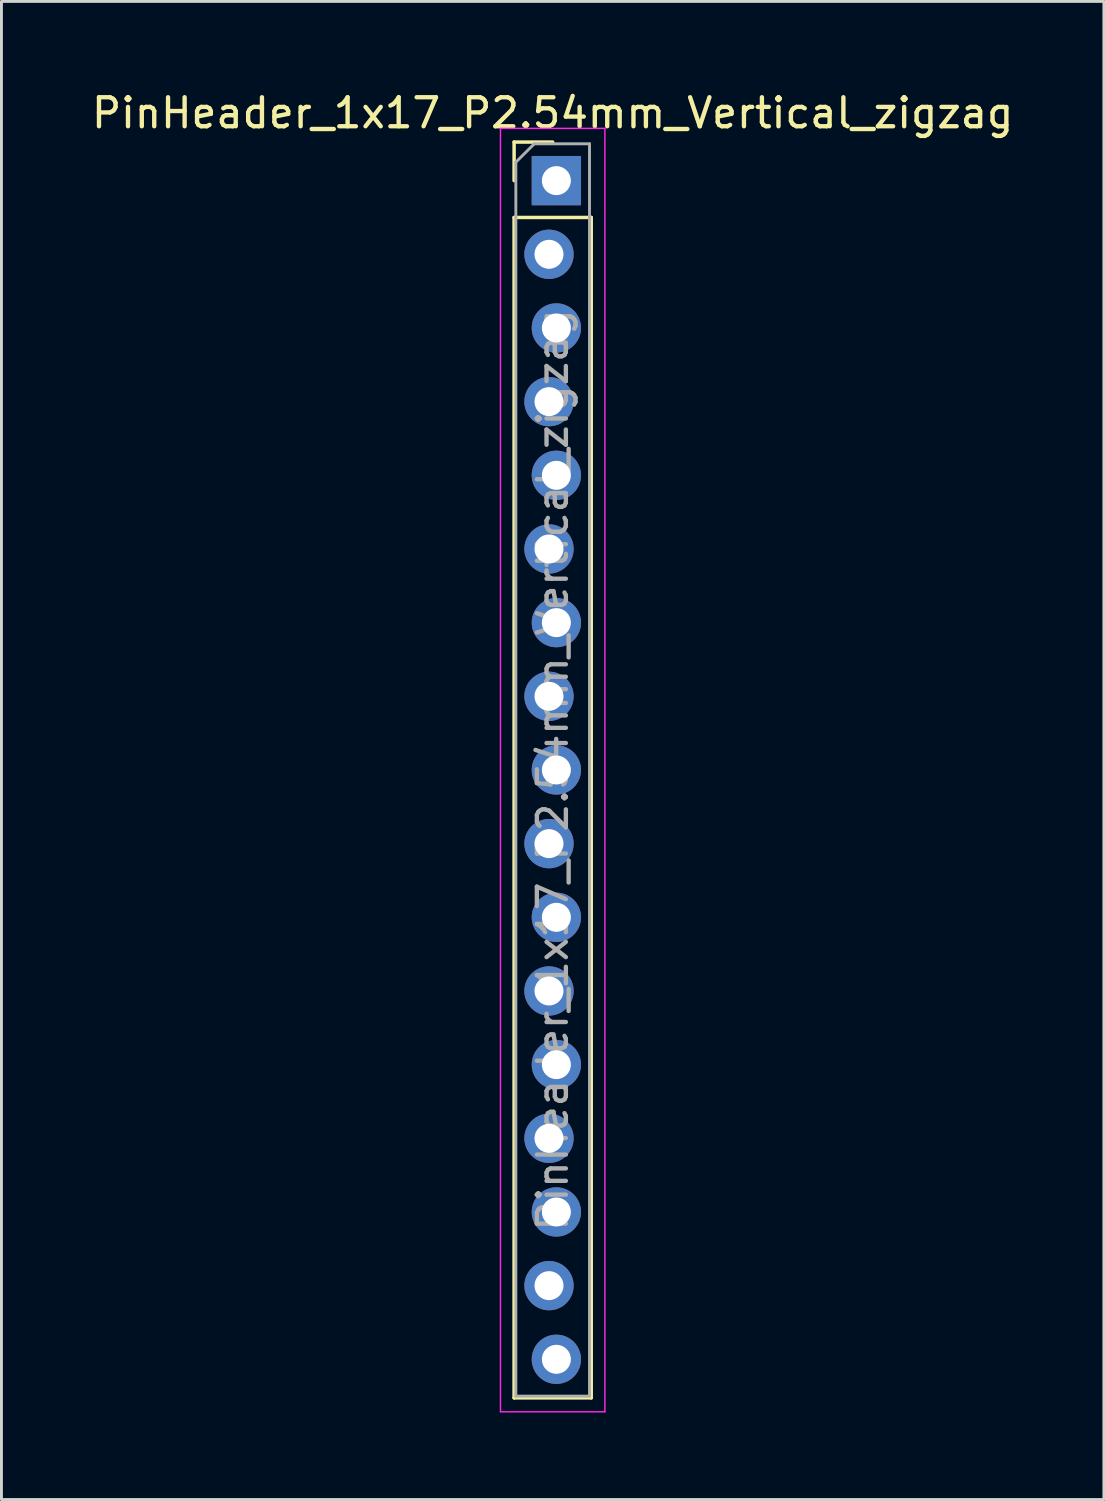
<source format=kicad_pcb>
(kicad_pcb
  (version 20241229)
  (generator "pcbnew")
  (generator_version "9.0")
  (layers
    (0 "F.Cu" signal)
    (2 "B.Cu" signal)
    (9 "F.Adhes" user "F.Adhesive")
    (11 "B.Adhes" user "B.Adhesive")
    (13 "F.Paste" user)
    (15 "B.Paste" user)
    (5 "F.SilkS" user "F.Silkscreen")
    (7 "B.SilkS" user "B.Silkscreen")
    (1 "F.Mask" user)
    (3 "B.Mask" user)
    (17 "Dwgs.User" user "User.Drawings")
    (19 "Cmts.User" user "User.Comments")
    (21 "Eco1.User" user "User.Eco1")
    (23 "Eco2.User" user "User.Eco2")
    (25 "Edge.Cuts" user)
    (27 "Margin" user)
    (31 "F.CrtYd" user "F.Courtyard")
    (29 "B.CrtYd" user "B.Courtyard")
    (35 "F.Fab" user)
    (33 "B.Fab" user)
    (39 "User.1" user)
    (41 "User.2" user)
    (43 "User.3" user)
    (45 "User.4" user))
  (footprint "PinHeader_1x17_P2.54mm_Vertical_zigzag"
    (layer "F.Cu")
    (at 16.006 3.178)
    (property "Reference" "PinHeader_1x17_P2.54mm_Vertical_zigzag" (at 0 -2.33 0) (layer "F.SilkS") (effects (font (size 1 1) (thickness 0.15))))
    (attr through_hole)
    (fp_line (start -1.33 -1.33) (end 0 -1.33) (stroke (width 0.12) (type solid)) (layer "F.SilkS"))
    (fp_line (start -1.33 0) (end -1.33 -1.33) (stroke (width 0.12) (type solid)) (layer "F.SilkS"))
    (fp_line (start -1.33 1.27) (end -1.33 41.97) (stroke (width 0.12) (type solid)) (layer "F.SilkS"))
    (fp_line (start -1.33 1.27) (end 1.33 1.27) (stroke (width 0.12) (type solid)) (layer "F.SilkS"))
    (fp_line (start -1.33 41.97) (end 1.33 41.97) (stroke (width 0.12) (type solid)) (layer "F.SilkS"))
    (fp_line (start 1.33 1.27) (end 1.33 41.97) (stroke (width 0.12) (type solid)) (layer "F.SilkS"))
    (fp_line (start -1.8 -1.8) (end -1.8 42.45) (stroke (width 0.05) (type solid)) (layer "F.CrtYd"))
    (fp_line (start -1.8 42.45) (end 1.8 42.45) (stroke (width 0.05) (type solid)) (layer "F.CrtYd"))
    (fp_line (start 1.8 -1.8) (end -1.8 -1.8) (stroke (width 0.05) (type solid)) (layer "F.CrtYd"))
    (fp_line (start 1.8 42.45) (end 1.8 -1.8) (stroke (width 0.05) (type solid)) (layer "F.CrtYd"))
    (fp_line (start -1.27 -0.635) (end -0.635 -1.27) (stroke (width 0.1) (type solid)) (layer "F.Fab"))
    (fp_line (start -1.27 41.91) (end -1.27 -0.635) (stroke (width 0.1) (type solid)) (layer "F.Fab"))
    (fp_line (start -0.635 -1.27) (end 1.27 -1.27) (stroke (width 0.1) (type solid)) (layer "F.Fab"))
    (fp_line (start 1.27 -1.27) (end 1.27 41.91) (stroke (width 0.1) (type solid)) (layer "F.Fab"))
    (fp_line (start 1.27 41.91) (end -1.27 41.91) (stroke (width 0.1) (type solid)) (layer "F.Fab"))
    (fp_text user "${REFERENCE}" (at 0 20.32 90) (layer "F.Fab") (effects (font (size 1 1) (thickness 0.15))))
    (pad "1" thru_hole rect (at 0.127 0) (size 1.7 1.7) (drill 1) (layers "*.Cu" "*.Mask"))
    (pad "2" thru_hole oval (at -0.127 2.54) (size 1.7 1.7) (drill 1) (layers "*.Cu" "*.Mask"))
    (pad "3" thru_hole oval (at 0.127 5.08) (size 1.7 1.7) (drill 1) (layers "*.Cu" "*.Mask"))
    (pad "4" thru_hole oval (at -0.127 7.62) (size 1.7 1.7) (drill 1) (layers "*.Cu" "*.Mask"))
    (pad "5" thru_hole oval (at 0.127 10.16) (size 1.7 1.7) (drill 1) (layers "*.Cu" "*.Mask"))
    (pad "6" thru_hole oval (at -0.127 12.7) (size 1.7 1.7) (drill 1) (layers "*.Cu" "*.Mask"))
    (pad "7" thru_hole oval (at 0.127 15.24) (size 1.7 1.7) (drill 1) (layers "*.Cu" "*.Mask"))
    (pad "8" thru_hole oval (at -0.127 17.78) (size 1.7 1.7) (drill 1) (layers "*.Cu" "*.Mask"))
    (pad "9" thru_hole oval (at 0.127 20.32) (size 1.7 1.7) (drill 1) (layers "*.Cu" "*.Mask"))
    (pad "10" thru_hole oval (at -0.127 22.86) (size 1.7 1.7) (drill 1) (layers "*.Cu" "*.Mask"))
    (pad "11" thru_hole oval (at 0.127 25.4) (size 1.7 1.7) (drill 1) (layers "*.Cu" "*.Mask"))
    (pad "12" thru_hole oval (at -0.127 27.94) (size 1.7 1.7) (drill 1) (layers "*.Cu" "*.Mask"))
    (pad "13" thru_hole oval (at 0.127 30.48) (size 1.7 1.7) (drill 1) (layers "*.Cu" "*.Mask"))
    (pad "14" thru_hole oval (at -0.127 33.02) (size 1.7 1.7) (drill 1) (layers "*.Cu" "*.Mask"))
    (pad "15" thru_hole oval (at 0.127 35.56) (size 1.7 1.7) (drill 1) (layers "*.Cu" "*.Mask"))
    (pad "16" thru_hole oval (at -0.127 38.1) (size 1.7 1.7) (drill 1) (layers "*.Cu" "*.Mask"))
    (pad "17" thru_hole oval (at 0.127 40.64) (size 1.7 1.7) (drill 1) (layers "*.Cu" "*.Mask")))
  (gr_rect
    (start -3 -3)
    (end 35.012 48.653)
    (stroke (width 0.1) (type default))
    (fill no)
    (layer "Edge.Cuts")))
</source>
